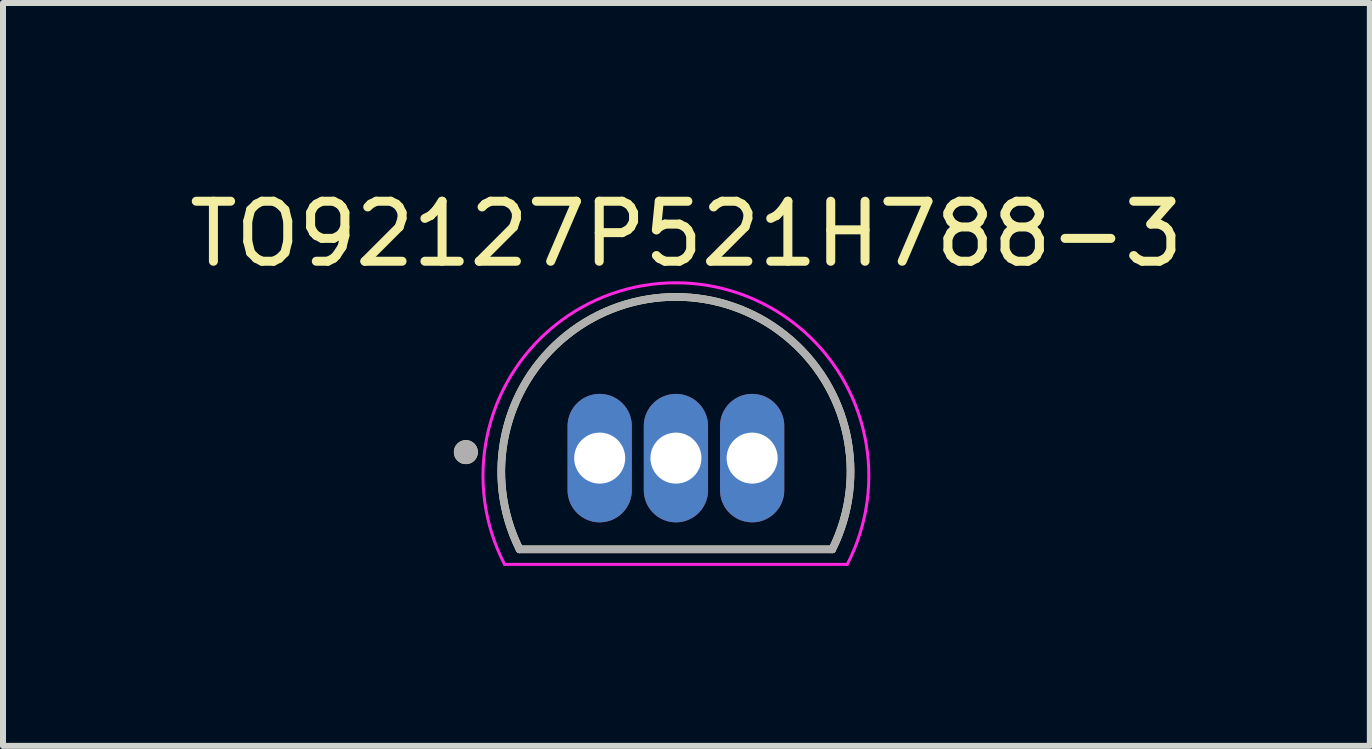
<source format=kicad_pcb>
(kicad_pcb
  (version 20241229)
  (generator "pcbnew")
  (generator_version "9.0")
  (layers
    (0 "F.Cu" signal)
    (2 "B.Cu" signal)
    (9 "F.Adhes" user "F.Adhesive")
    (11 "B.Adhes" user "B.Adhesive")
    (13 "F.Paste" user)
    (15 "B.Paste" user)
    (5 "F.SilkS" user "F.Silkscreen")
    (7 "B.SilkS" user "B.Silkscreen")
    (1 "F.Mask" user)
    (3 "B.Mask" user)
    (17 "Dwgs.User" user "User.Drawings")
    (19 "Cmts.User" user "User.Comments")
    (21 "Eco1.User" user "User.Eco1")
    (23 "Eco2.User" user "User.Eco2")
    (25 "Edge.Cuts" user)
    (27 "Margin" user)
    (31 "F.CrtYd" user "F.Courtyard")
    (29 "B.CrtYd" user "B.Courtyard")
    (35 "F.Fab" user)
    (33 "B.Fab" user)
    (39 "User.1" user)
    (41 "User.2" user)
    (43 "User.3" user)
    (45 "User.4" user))
  (footprint "TO92127P521H788-3"
    (layer "F.Cu")
    (at 8.212 4.583)
    (property "Reference" "TO92127P521H788-3" (at 0.175 -3.735 0) (layer "F.SilkS") (effects (font (size 1 1) (thickness 0.15))))
    (attr through_hole)
    (fp_line (start -2.605 1.52) (end 2.605 1.52) (stroke (width 0.127) (type solid)) (layer "F.SilkS"))
    (fp_arc (start -2.605 1.519999) (mid 0 -2.685941) (end 2.605 1.52) (stroke (width 0.127) (type solid)) (layer "F.SilkS"))
    (fp_circle (center -3.5 -0.1) (end -3.4 -0.1) (stroke (width 0.2) (type solid)) (fill no) (layer "F.SilkS"))
    (fp_line (start -2.855 1.77) (end 2.855 1.77) (stroke (width 0.05) (type solid)) (layer "F.CrtYd"))
    (fp_arc (start -2.855 1.77) (mid 0 -2.921038) (end 2.855 1.77) (stroke (width 0.05) (type solid)) (layer "F.CrtYd"))
    (fp_line (start -2.605 1.52) (end 2.605 1.52) (stroke (width 0.127) (type solid)) (layer "F.Fab"))
    (fp_arc (start -2.605 1.519999) (mid 0 -2.685941) (end 2.605 1.52) (stroke (width 0.127) (type solid)) (layer "F.Fab"))
    (fp_circle (center -3.5 -0.1) (end -3.4 -0.1) (stroke (width 0.2) (type solid)) (fill no) (layer "F.Fab"))
    (pad "1" thru_hole oval (at -1.27 0) (size 1.07 2.14) (drill 0.85) (layers "*.Cu" "*.Mask"))
    (pad "2" thru_hole oval (at 0 0) (size 1.07 2.14) (drill 0.85) (layers "*.Cu" "*.Mask"))
    (pad "3" thru_hole oval (at 1.27 0) (size 1.07 2.14) (drill 0.85) (layers "*.Cu" "*.Mask")))
  (gr_rect
    (start -3 -3)
    (end 19.774 9.378)
    (stroke (width 0.1) (type default))
    (fill no)
    (layer "Edge.Cuts")))
</source>
